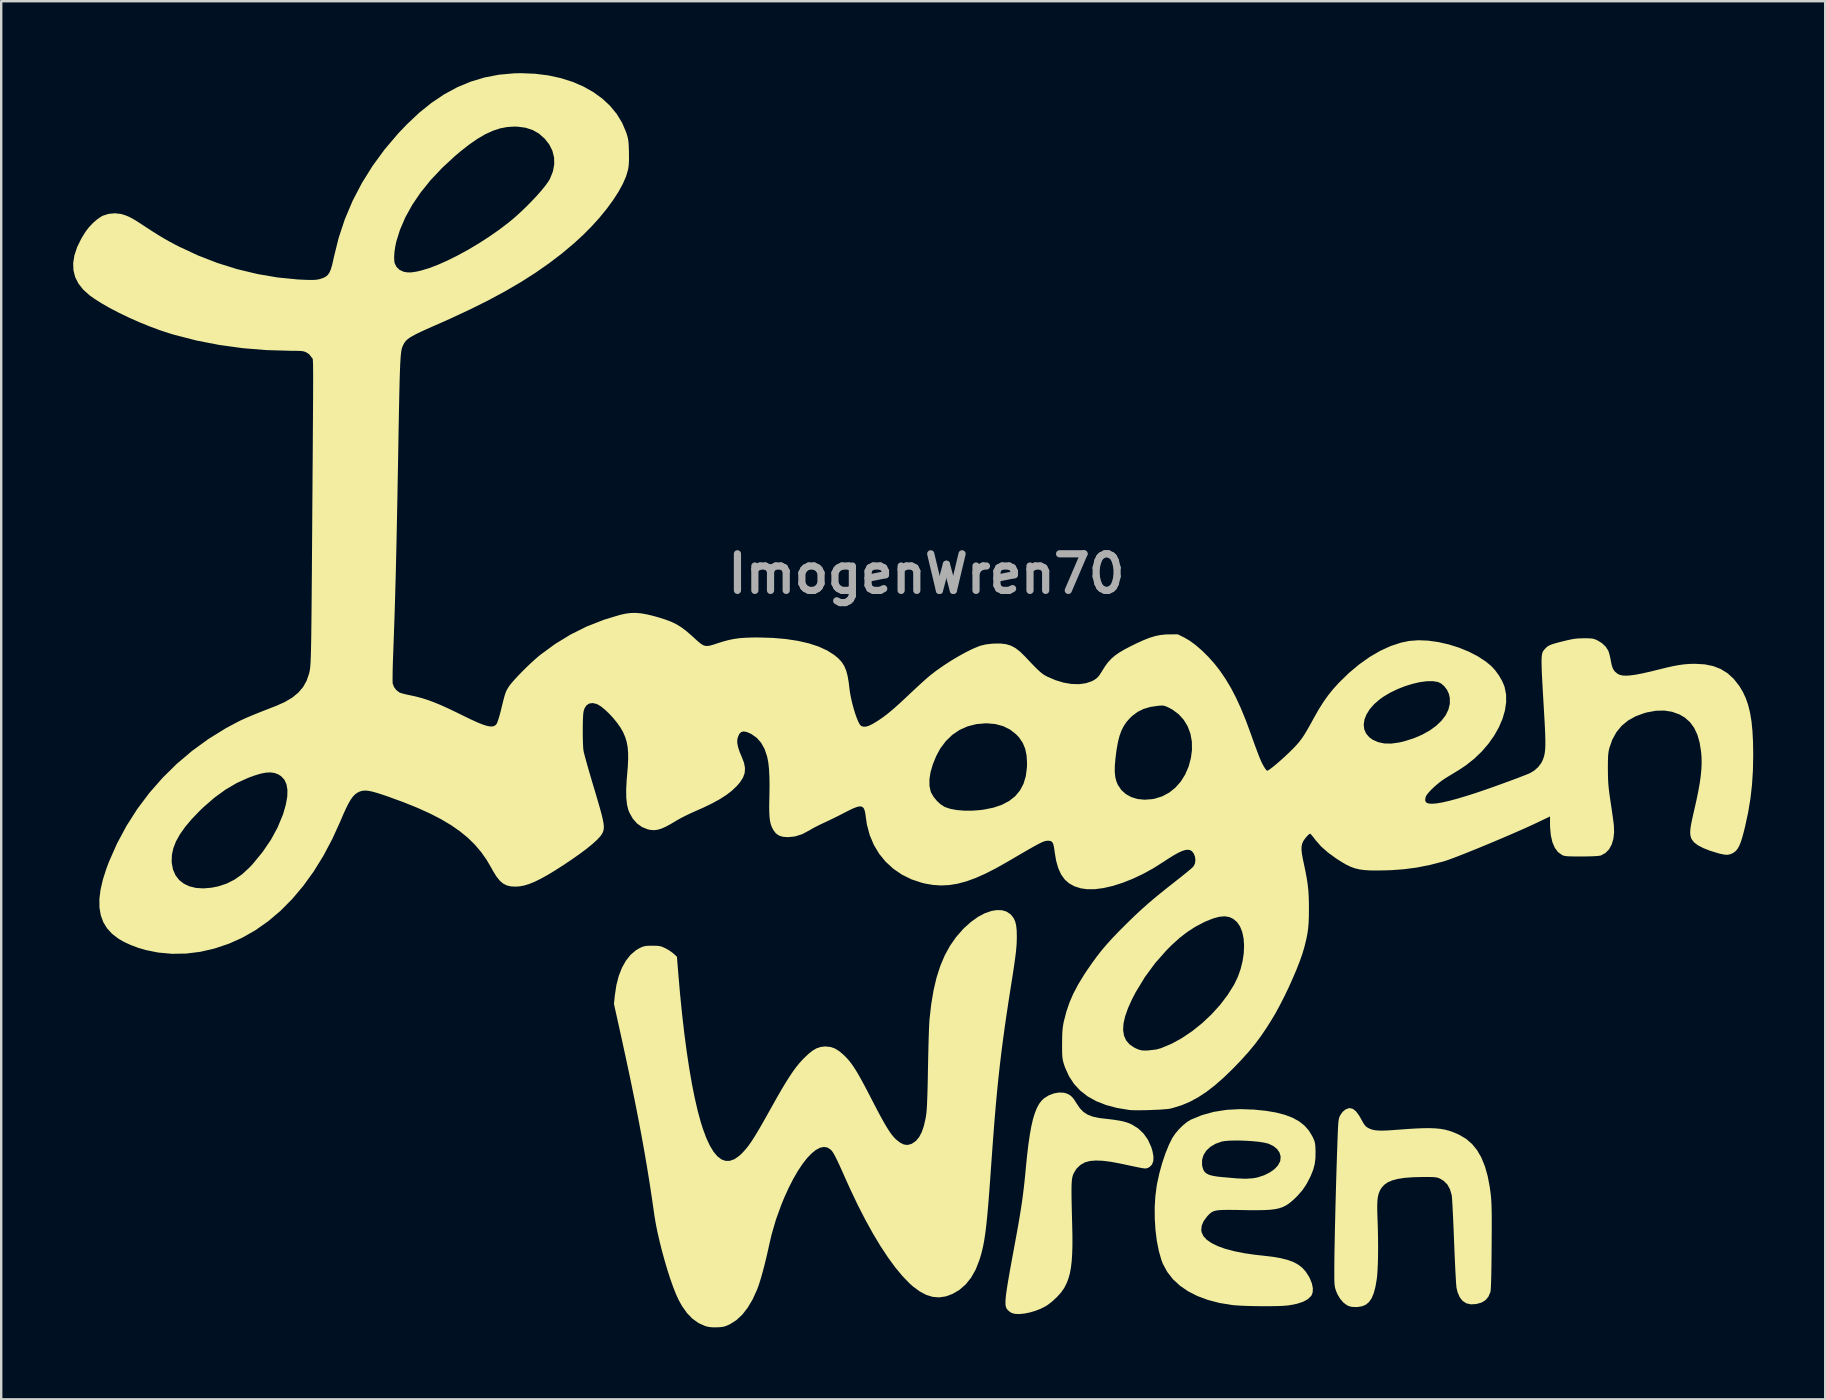
<source format=kicad_pcb>
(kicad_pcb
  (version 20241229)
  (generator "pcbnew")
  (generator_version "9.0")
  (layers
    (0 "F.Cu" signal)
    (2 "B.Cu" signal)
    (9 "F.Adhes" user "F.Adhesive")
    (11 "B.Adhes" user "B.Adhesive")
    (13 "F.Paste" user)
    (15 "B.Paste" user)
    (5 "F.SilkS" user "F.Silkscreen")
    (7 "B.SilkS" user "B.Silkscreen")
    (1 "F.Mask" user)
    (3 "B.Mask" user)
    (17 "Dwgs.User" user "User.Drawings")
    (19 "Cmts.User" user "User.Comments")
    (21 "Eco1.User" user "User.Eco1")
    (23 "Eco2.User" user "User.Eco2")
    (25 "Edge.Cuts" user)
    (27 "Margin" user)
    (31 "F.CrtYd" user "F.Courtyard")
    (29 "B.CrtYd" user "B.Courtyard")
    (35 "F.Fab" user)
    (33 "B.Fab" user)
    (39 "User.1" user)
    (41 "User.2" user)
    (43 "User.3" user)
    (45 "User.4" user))
  (footprint "ImogenWren70"
    (layer "F.Cu")
    (at 35 26.58)
    (property "Reference" "ImogenWren70" (at 0.557 -5.715 0) (layer "F.Fab") (effects (font (size 1.524 1.524) (thickness 0.3))))
    (attr board_only exclude_from_pos_files exclude_from_bom)
    (fp_poly (pts (xy 6.291 15.91) (xy 6.416 15.946) (xy 6.53 16.005) (xy 6.626 16.085) (xy 6.719 16.199) (xy 6.818 16.357) (xy 6.954 16.557) (xy 7.104 16.711) (xy 7.281 16.826) (xy 7.494 16.907) (xy 7.754 16.962) (xy 7.893 16.979) (xy 8.184 17.012) (xy 8.421 17.043) (xy 8.612 17.074) (xy 8.769 17.107) (xy 8.901 17.144) (xy 9.018 17.188) (xy 9.108 17.228) (xy 9.376 17.392) (xy 9.604 17.607) (xy 9.789 17.867) (xy 9.927 18.17) (xy 9.978 18.337) (xy 10.02 18.568) (xy 10.013 18.757) (xy 9.959 18.903) (xy 9.858 19.004) (xy 9.803 19.033) (xy 9.77 19.047) (xy 9.741 19.058) (xy 9.709 19.064) (xy 9.667 19.065) (xy 9.608 19.059) (xy 9.523 19.046) (xy 9.407 19.024) (xy 9.252 18.992) (xy 9.051 18.95) (xy 8.797 18.895) (xy 8.636 18.861) (xy 8.242 18.787) (xy 7.902 18.745) (xy 7.612 18.734) (xy 7.371 18.755) (xy 7.173 18.808) (xy 7.172 18.808) (xy 6.973 18.92) (xy 6.808 19.081) (xy 6.689 19.28) (xy 6.666 19.339) (xy 6.648 19.399) (xy 6.633 19.466) (xy 6.621 19.549) (xy 6.613 19.651) (xy 6.607 19.779) (xy 6.605 19.938) (xy 6.605 20.134) (xy 6.608 20.373) (xy 6.614 20.66) (xy 6.622 21.002) (xy 6.633 21.402) (xy 6.643 21.867) (xy 6.643 22.274) (xy 6.633 22.629) (xy 6.612 22.938) (xy 6.58 23.207) (xy 6.535 23.443) (xy 6.477 23.652) (xy 6.405 23.84) (xy 6.318 24.014) (xy 6.293 24.059) (xy 6.169 24.234) (xy 6.003 24.419) (xy 5.815 24.595) (xy 5.622 24.746) (xy 5.529 24.806) (xy 5.321 24.912) (xy 5.094 25.001) (xy 4.86 25.069) (xy 4.631 25.114) (xy 4.421 25.133) (xy 4.242 25.125) (xy 4.106 25.086) (xy 4.099 25.083) (xy 4.004 25.017) (xy 3.923 24.936) (xy 3.919 24.93) (xy 3.892 24.888) (xy 3.872 24.837) (xy 3.858 24.773) (xy 3.852 24.692) (xy 3.853 24.588) (xy 3.862 24.459) (xy 3.88 24.298) (xy 3.908 24.101) (xy 3.945 23.864) (xy 3.993 23.582) (xy 4.051 23.251) (xy 4.121 22.866) (xy 4.203 22.423) (xy 4.228 22.286) (xy 4.312 21.832) (xy 4.384 21.431) (xy 4.445 21.072) (xy 4.498 20.745) (xy 4.544 20.439) (xy 4.584 20.143) (xy 4.62 19.847) (xy 4.654 19.538) (xy 4.687 19.208) (xy 4.703 19.028) (xy 4.755 18.508) (xy 4.81 18.05) (xy 4.869 17.649) (xy 4.932 17.302) (xy 5.001 17.005) (xy 5.078 16.755) (xy 5.162 16.546) (xy 5.255 16.375) (xy 5.358 16.239) (xy 5.468 16.136) (xy 5.662 16.016) (xy 5.874 15.937) (xy 6.089 15.9)) (stroke (width 0) (type solid)) (fill yes) (layer "F.SilkS"))
    (fp_poly (pts (xy 14.221 16.613) (xy 14.224 16.614) (xy 14.708 16.663) (xy 15.132 16.735) (xy 15.502 16.832) (xy 15.82 16.953) (xy 16.089 17.102) (xy 16.314 17.279) (xy 16.497 17.487) (xy 16.642 17.726) (xy 16.643 17.729) (xy 16.697 17.842) (xy 16.733 17.934) (xy 16.754 18.024) (xy 16.766 18.134) (xy 16.773 18.284) (xy 16.775 18.335) (xy 16.772 18.625) (xy 16.741 18.878) (xy 16.677 19.121) (xy 16.573 19.379) (xy 16.554 19.419) (xy 16.402 19.712) (xy 16.236 19.961) (xy 16.039 20.189) (xy 15.924 20.304) (xy 15.789 20.427) (xy 15.662 20.529) (xy 15.535 20.611) (xy 15.4 20.677) (xy 15.251 20.727) (xy 15.079 20.763) (xy 14.877 20.787) (xy 14.637 20.8) (xy 14.352 20.805) (xy 14.013 20.804) (xy 13.776 20.8) (xy 13.456 20.794) (xy 13.194 20.792) (xy 12.982 20.793) (xy 12.814 20.799) (xy 12.682 20.811) (xy 12.578 20.832) (xy 12.496 20.861) (xy 12.427 20.901) (xy 12.365 20.952) (xy 12.301 21.016) (xy 12.258 21.063) (xy 12.116 21.253) (xy 12.033 21.442) (xy 12.012 21.627) (xy 12.028 21.729) (xy 12.105 21.89) (xy 12.244 22.039) (xy 12.444 22.177) (xy 12.702 22.303) (xy 13.017 22.416) (xy 13.386 22.514) (xy 13.807 22.598) (xy 14.278 22.666) (xy 14.568 22.697) (xy 14.969 22.744) (xy 15.312 22.802) (xy 15.603 22.874) (xy 15.847 22.963) (xy 16.051 23.073) (xy 16.223 23.206) (xy 16.366 23.366) (xy 16.489 23.555) (xy 16.54 23.651) (xy 16.624 23.862) (xy 16.663 24.058) (xy 16.656 24.228) (xy 16.603 24.365) (xy 16.594 24.377) (xy 16.456 24.511) (xy 16.257 24.62) (xy 15.997 24.706) (xy 15.677 24.767) (xy 15.601 24.777) (xy 15.449 24.789) (xy 15.244 24.799) (xy 15 24.804) (xy 14.729 24.806) (xy 14.444 24.805) (xy 14.159 24.801) (xy 13.886 24.793) (xy 13.639 24.783) (xy 13.43 24.769) (xy 13.299 24.757) (xy 12.773 24.671) (xy 12.291 24.546) (xy 11.853 24.383) (xy 11.463 24.184) (xy 11.122 23.95) (xy 10.833 23.682) (xy 10.597 23.381) (xy 10.417 23.049) (xy 10.355 22.89) (xy 10.246 22.513) (xy 10.162 22.09) (xy 10.105 21.635) (xy 10.075 21.163) (xy 10.072 20.688) (xy 10.099 20.226) (xy 10.155 19.79) (xy 10.172 19.697) (xy 10.268 19.259) (xy 10.362 18.919) (xy 12.046 18.919) (xy 12.055 18.974) (xy 12.09 19.097) (xy 12.143 19.195) (xy 12.222 19.27) (xy 12.334 19.328) (xy 12.487 19.371) (xy 12.69 19.405) (xy 12.949 19.432) (xy 12.979 19.434) (xy 13.147 19.448) (xy 13.303 19.462) (xy 13.427 19.473) (xy 13.503 19.479) (xy 13.869 19.495) (xy 14.193 19.471) (xy 14.368 19.436) (xy 14.632 19.349) (xy 14.865 19.234) (xy 15.058 19.098) (xy 15.204 18.945) (xy 15.294 18.782) (xy 15.306 18.743) (xy 15.321 18.572) (xy 15.276 18.409) (xy 15.176 18.261) (xy 15.026 18.136) (xy 14.832 18.041) (xy 14.776 18.023) (xy 14.618 17.986) (xy 14.413 17.955) (xy 14.176 17.931) (xy 13.92 17.913) (xy 13.66 17.903) (xy 13.409 17.901) (xy 13.182 17.907) (xy 12.993 17.922) (xy 12.865 17.945) (xy 12.607 18.037) (xy 12.392 18.164) (xy 12.224 18.321) (xy 12.108 18.503) (xy 12.047 18.704) (xy 12.046 18.919) (xy 10.362 18.919) (xy 10.386 18.833) (xy 10.521 18.433) (xy 10.668 18.074) (xy 10.805 17.798) (xy 10.924 17.62) (xy 11.077 17.438) (xy 11.25 17.267) (xy 11.426 17.125) (xy 11.585 17.029) (xy 12.046 16.841) (xy 12.538 16.706) (xy 13.063 16.623) (xy 13.623 16.592)) (stroke (width 0) (type solid)) (fill yes) (layer "F.SilkS"))
    (fp_poly (pts (xy 18.333 16.584) (xy 18.457 16.682) (xy 18.581 16.845) (xy 18.667 16.993) (xy 18.749 17.143) (xy 18.815 17.246) (xy 18.877 17.316) (xy 18.948 17.367) (xy 19.028 17.407) (xy 19.129 17.445) (xy 19.244 17.471) (xy 19.381 17.485) (xy 19.55 17.489) (xy 19.761 17.482) (xy 20.024 17.465) (xy 20.14 17.456) (xy 20.564 17.424) (xy 20.931 17.401) (xy 21.247 17.388) (xy 21.521 17.385) (xy 21.759 17.394) (xy 21.97 17.414) (xy 22.159 17.446) (xy 22.336 17.492) (xy 22.507 17.551) (xy 22.68 17.624) (xy 22.778 17.671) (xy 23.056 17.836) (xy 23.299 18.047) (xy 23.509 18.305) (xy 23.686 18.614) (xy 23.833 18.974) (xy 23.95 19.388) (xy 24.039 19.859) (xy 24.074 20.122) (xy 24.086 20.238) (xy 24.096 20.358) (xy 24.104 20.491) (xy 24.11 20.642) (xy 24.114 20.817) (xy 24.117 21.025) (xy 24.118 21.271) (xy 24.118 21.562) (xy 24.116 21.904) (xy 24.114 22.305) (xy 24.113 22.345) (xy 24.11 22.786) (xy 24.105 23.164) (xy 24.1 23.481) (xy 24.093 23.739) (xy 24.086 23.941) (xy 24.078 24.088) (xy 24.069 24.184) (xy 24.061 24.224) (xy 23.975 24.416) (xy 23.853 24.558) (xy 23.689 24.656) (xy 23.475 24.715) (xy 23.475 24.715) (xy 23.252 24.729) (xy 23.063 24.686) (xy 22.906 24.587) (xy 22.783 24.431) (xy 22.693 24.219) (xy 22.65 24.037) (xy 22.642 23.968) (xy 22.632 23.839) (xy 22.621 23.659) (xy 22.608 23.434) (xy 22.595 23.172) (xy 22.581 22.878) (xy 22.567 22.56) (xy 22.554 22.226) (xy 22.548 22.09) (xy 22.535 21.752) (xy 22.521 21.429) (xy 22.508 21.129) (xy 22.494 20.857) (xy 22.482 20.622) (xy 22.471 20.429) (xy 22.461 20.285) (xy 22.453 20.197) (xy 22.45 20.179) (xy 22.377 19.93) (xy 22.266 19.731) (xy 22.113 19.579) (xy 21.959 19.488) (xy 21.9 19.463) (xy 21.839 19.445) (xy 21.764 19.433) (xy 21.664 19.425) (xy 21.528 19.422) (xy 21.343 19.421) (xy 21.221 19.422) (xy 20.825 19.432) (xy 20.488 19.457) (xy 20.206 19.5) (xy 19.973 19.562) (xy 19.785 19.643) (xy 19.638 19.746) (xy 19.527 19.871) (xy 19.504 19.904) (xy 19.447 20.009) (xy 19.404 20.121) (xy 19.373 20.25) (xy 19.354 20.405) (xy 19.346 20.597) (xy 19.347 20.833) (xy 19.356 21.125) (xy 19.357 21.139) (xy 19.371 21.546) (xy 19.379 21.946) (xy 19.382 22.332) (xy 19.38 22.693) (xy 19.372 23.022) (xy 19.359 23.31) (xy 19.342 23.548) (xy 19.326 23.679) (xy 19.27 24.004) (xy 19.199 24.268) (xy 19.112 24.476) (xy 19.003 24.633) (xy 18.871 24.743) (xy 18.712 24.81) (xy 18.522 24.84) (xy 18.449 24.842) (xy 18.293 24.834) (xy 18.169 24.804) (xy 18.088 24.767) (xy 17.938 24.656) (xy 17.799 24.495) (xy 17.683 24.298) (xy 17.625 24.155) (xy 17.602 24.085) (xy 17.585 24.018) (xy 17.573 23.945) (xy 17.564 23.855) (xy 17.559 23.738) (xy 17.557 23.586) (xy 17.557 23.389) (xy 17.558 23.137) (xy 17.558 23.106) (xy 17.561 22.803) (xy 17.566 22.444) (xy 17.574 22.035) (xy 17.583 21.586) (xy 17.595 21.104) (xy 17.607 20.599) (xy 17.621 20.078) (xy 17.636 19.55) (xy 17.652 19.022) (xy 17.669 18.504) (xy 17.679 18.218) (xy 17.69 17.905) (xy 17.699 17.651) (xy 17.708 17.447) (xy 17.716 17.288) (xy 17.725 17.166) (xy 17.735 17.074) (xy 17.746 17.005) (xy 17.76 16.951) (xy 17.777 16.906) (xy 17.797 16.863) (xy 17.799 16.858) (xy 17.899 16.71) (xy 18.025 16.606) (xy 18.164 16.555) (xy 18.211 16.551)) (stroke (width 0) (type solid)) (fill yes) (layer "F.SilkS"))
    (fp_poly (pts (xy 3.708 8.304) (xy 3.895 8.359) (xy 4.053 8.465) (xy 4.109 8.521) (xy 4.195 8.636) (xy 4.257 8.77) (xy 4.298 8.934) (xy 4.32 9.139) (xy 4.326 9.389) (xy 4.324 9.536) (xy 4.319 9.686) (xy 4.308 9.844) (xy 4.291 10.02) (xy 4.267 10.222) (xy 4.235 10.457) (xy 4.195 10.734) (xy 4.145 11.061) (xy 4.093 11.389) (xy 3.994 12.02) (xy 3.904 12.611) (xy 3.823 13.171) (xy 3.749 13.71) (xy 3.681 14.235) (xy 3.619 14.757) (xy 3.561 15.284) (xy 3.506 15.825) (xy 3.454 16.388) (xy 3.403 16.984) (xy 3.353 17.62) (xy 3.302 18.306) (xy 3.261 18.878) (xy 3.222 19.429) (xy 3.186 19.919) (xy 3.153 20.355) (xy 3.121 20.739) (xy 3.09 21.079) (xy 3.059 21.378) (xy 3.028 21.641) (xy 2.996 21.875) (xy 2.963 22.083) (xy 2.928 22.271) (xy 2.89 22.443) (xy 2.849 22.606) (xy 2.804 22.763) (xy 2.763 22.893) (xy 2.61 23.281) (xy 2.42 23.617) (xy 2.194 23.899) (xy 1.932 24.127) (xy 1.647 24.294) (xy 1.37 24.396) (xy 1.098 24.438) (xy 0.828 24.418) (xy 0.557 24.337) (xy 0.283 24.193) (xy 0.002 23.986) (xy -0.155 23.846) (xy -0.442 23.548) (xy -0.739 23.19) (xy -1.044 22.773) (xy -1.355 22.301) (xy -1.67 21.777) (xy -1.986 21.205) (xy -2.303 20.587) (xy -2.617 19.927) (xy -2.802 19.518) (xy -2.935 19.219) (xy -3.045 18.974) (xy -3.137 18.777) (xy -3.212 18.622) (xy -3.275 18.502) (xy -3.328 18.411) (xy -3.374 18.344) (xy -3.418 18.294) (xy -3.433 18.279) (xy -3.565 18.193) (xy -3.712 18.168) (xy -3.872 18.201) (xy -4.043 18.29) (xy -4.223 18.434) (xy -4.41 18.628) (xy -4.601 18.872) (xy -4.795 19.162) (xy -4.989 19.496) (xy -5.181 19.872) (xy -5.37 20.288) (xy -5.484 20.566) (xy -5.714 21.201) (xy -5.895 21.824) (xy -5.98 22.188) (xy -6.073 22.605) (xy -6.166 22.996) (xy -6.258 23.352) (xy -6.347 23.667) (xy -6.431 23.931) (xy -6.5 24.117) (xy -6.684 24.521) (xy -6.889 24.867) (xy -7.114 25.156) (xy -7.358 25.384) (xy -7.619 25.55) (xy -7.626 25.554) (xy -7.755 25.614) (xy -7.86 25.652) (xy -7.966 25.673) (xy -8.1 25.683) (xy -8.173 25.686) (xy -8.36 25.686) (xy -8.508 25.671) (xy -8.641 25.639) (xy -8.66 25.633) (xy -8.936 25.51) (xy -9.188 25.331) (xy -9.419 25.093) (xy -9.63 24.794) (xy -9.775 24.531) (xy -9.884 24.292) (xy -9.999 23.998) (xy -10.118 23.661) (xy -10.237 23.292) (xy -10.352 22.902) (xy -10.462 22.501) (xy -10.563 22.1) (xy -10.652 21.711) (xy -10.725 21.344) (xy -10.78 21.01) (xy -10.782 20.992) (xy -10.879 20.323) (xy -10.979 19.662) (xy -11.086 19.002) (xy -11.2 18.335) (xy -11.323 17.654) (xy -11.456 16.95) (xy -11.601 16.217) (xy -11.758 15.446) (xy -11.931 14.631) (xy -12.119 13.763) (xy -12.198 13.405) (xy -12.463 12.208) (xy -12.426 11.847) (xy -12.362 11.424) (xy -12.263 11.04) (xy -12.129 10.699) (xy -11.964 10.404) (xy -11.768 10.16) (xy -11.545 9.97) (xy -11.389 9.879) (xy -11.29 9.834) (xy -11.204 9.806) (xy -11.11 9.79) (xy -10.987 9.784) (xy -10.864 9.783) (xy -10.707 9.785) (xy -10.595 9.793) (xy -10.506 9.811) (xy -10.418 9.843) (xy -10.319 9.89) (xy -10.187 9.963) (xy -10.059 10.049) (xy -9.971 10.119) (xy -9.839 10.242) (xy -9.785 10.914) (xy -9.708 11.801) (xy -9.623 12.644) (xy -9.531 13.442) (xy -9.432 14.192) (xy -9.326 14.891) (xy -9.215 15.537) (xy -9.097 16.127) (xy -8.975 16.658) (xy -8.847 17.128) (xy -8.762 17.399) (xy -8.619 17.787) (xy -8.469 18.11) (xy -8.314 18.368) (xy -8.152 18.56) (xy -7.985 18.688) (xy -7.811 18.75) (xy -7.631 18.747) (xy -7.444 18.68) (xy -7.251 18.547) (xy -7.146 18.45) (xy -7.052 18.352) (xy -6.961 18.249) (xy -6.87 18.134) (xy -6.774 18.001) (xy -6.67 17.845) (xy -6.555 17.661) (xy -6.423 17.441) (xy -6.273 17.181) (xy -6.099 16.874) (xy -5.9 16.518) (xy -5.681 16.127) (xy -5.486 15.789) (xy -5.312 15.498) (xy -5.154 15.248) (xy -5.01 15.033) (xy -4.875 14.848) (xy -4.744 14.686) (xy -4.615 14.542) (xy -4.542 14.467) (xy -4.346 14.282) (xy -4.174 14.147) (xy -4.015 14.056) (xy -3.857 14.004) (xy -3.691 13.983) (xy -3.64 13.982) (xy -3.441 14.003) (xy -3.257 14.065) (xy -3.076 14.177) (xy -2.929 14.3) (xy -2.82 14.403) (xy -2.719 14.51) (xy -2.621 14.627) (xy -2.522 14.761) (xy -2.418 14.918) (xy -2.305 15.103) (xy -2.18 15.322) (xy -2.038 15.583) (xy -1.876 15.891) (xy -1.697 16.238) (xy -1.514 16.59) (xy -1.356 16.887) (xy -1.218 17.136) (xy -1.097 17.342) (xy -0.99 17.511) (xy -0.893 17.648) (xy -0.802 17.759) (xy -0.715 17.849) (xy -0.704 17.859) (xy -0.535 17.993) (xy -0.379 18.068) (xy -0.229 18.086) (xy -0.078 18.047) (xy -0.036 18.027) (xy 0.12 17.918) (xy 0.253 17.761) (xy 0.363 17.552) (xy 0.454 17.287) (xy 0.526 16.964) (xy 0.543 16.862) (xy 0.557 16.76) (xy 0.569 16.628) (xy 0.58 16.463) (xy 0.589 16.26) (xy 0.598 16.012) (xy 0.607 15.715) (xy 0.615 15.363) (xy 0.622 14.952) (xy 0.623 14.896) (xy 0.63 14.558) (xy 0.637 14.228) (xy 0.645 13.913) (xy 0.653 13.622) (xy 0.662 13.363) (xy 0.67 13.145) (xy 0.679 12.976) (xy 0.686 12.864) (xy 0.758 12.224) (xy 0.856 11.64) (xy 0.981 11.109) (xy 1.136 10.627) (xy 1.321 10.188) (xy 1.539 9.79) (xy 1.791 9.428) (xy 2.079 9.098) (xy 2.126 9.05) (xy 2.413 8.792) (xy 2.703 8.584) (xy 2.992 8.43) (xy 3.273 8.333) (xy 3.482 8.299)) (stroke (width 0) (type solid)) (fill yes) (layer "F.SilkS"))
    (fp_poly (pts (xy -15.746 -26.556) (xy -15.196 -26.487) (xy -14.675 -26.373) (xy -14.185 -26.218) (xy -13.732 -26.022) (xy -13.318 -25.788) (xy -12.946 -25.518) (xy -12.621 -25.214) (xy -12.345 -24.878) (xy -12.122 -24.511) (xy -11.96 -24.13) (xy -11.918 -24.001) (xy -11.888 -23.893) (xy -11.868 -23.789) (xy -11.854 -23.672) (xy -11.846 -23.525) (xy -11.84 -23.332) (xy -11.839 -23.302) (xy -11.836 -23.053) (xy -11.84 -22.855) (xy -11.854 -22.694) (xy -11.876 -22.558) (xy -11.959 -22.277) (xy -12.094 -21.968) (xy -12.276 -21.635) (xy -12.502 -21.286) (xy -12.766 -20.926) (xy -13.065 -20.56) (xy -13.395 -20.194) (xy -13.752 -19.835) (xy -14.12 -19.497) (xy -14.627 -19.07) (xy -15.165 -18.66) (xy -15.736 -18.261) (xy -16.346 -17.872) (xy -17.001 -17.49) (xy -17.703 -17.112) (xy -18.459 -16.735) (xy -19.274 -16.355) (xy -19.681 -16.174) (xy -20.015 -16.027) (xy -20.294 -15.903) (xy -20.524 -15.797) (xy -20.711 -15.706) (xy -20.859 -15.627) (xy -20.975 -15.557) (xy -21.065 -15.492) (xy -21.132 -15.429) (xy -21.184 -15.364) (xy -21.226 -15.294) (xy -21.264 -15.215) (xy -21.271 -15.199) (xy -21.288 -15.155) (xy -21.303 -15.105) (xy -21.317 -15.044) (xy -21.33 -14.969) (xy -21.341 -14.876) (xy -21.352 -14.762) (xy -21.361 -14.622) (xy -21.371 -14.454) (xy -21.379 -14.253) (xy -21.388 -14.016) (xy -21.396 -13.739) (xy -21.404 -13.419) (xy -21.412 -13.051) (xy -21.421 -12.633) (xy -21.43 -12.16) (xy -21.44 -11.63) (xy -21.45 -11.037) (xy -21.45 -11.012) (xy -21.464 -10.213) (xy -21.478 -9.474) (xy -21.49 -8.789) (xy -21.503 -8.155) (xy -21.515 -7.564) (xy -21.526 -7.013) (xy -21.538 -6.496) (xy -21.55 -6.006) (xy -21.561 -5.54) (xy -21.574 -5.092) (xy -21.586 -4.656) (xy -21.599 -4.228) (xy -21.613 -3.801) (xy -21.628 -3.371) (xy -21.644 -2.932) (xy -21.66 -2.479) (xy -21.668 -2.278) (xy -21.677 -2.02) (xy -21.684 -1.778) (xy -21.688 -1.562) (xy -21.69 -1.38) (xy -21.689 -1.242) (xy -21.686 -1.157) (xy -21.684 -1.14) (xy -21.63 -0.999) (xy -21.531 -0.868) (xy -21.407 -0.773) (xy -21.402 -0.771) (xy -21.334 -0.745) (xy -21.218 -0.713) (xy -21.074 -0.678) (xy -20.956 -0.654) (xy -20.705 -0.599) (xy -20.461 -0.534) (xy -20.213 -0.455) (xy -19.952 -0.358) (xy -19.669 -0.241) (xy -19.353 -0.098) (xy -18.997 0.073) (xy -18.78 0.18) (xy -18.462 0.335) (xy -18.195 0.458) (xy -17.975 0.549) (xy -17.795 0.61) (xy -17.651 0.642) (xy -17.538 0.647) (xy -17.451 0.625) (xy -17.385 0.577) (xy -17.354 0.539) (xy -17.322 0.471) (xy -17.281 0.353) (xy -17.235 0.202) (xy -17.189 0.031) (xy -17.177 -0.018) (xy -17.118 -0.261) (xy -17.071 -0.45) (xy -17.032 -0.596) (xy -16.998 -0.707) (xy -16.966 -0.795) (xy -16.932 -0.869) (xy -16.892 -0.939) (xy -16.845 -1.015) (xy -16.843 -1.018) (xy -16.764 -1.125) (xy -16.644 -1.265) (xy -16.493 -1.43) (xy -16.321 -1.609) (xy -16.136 -1.794) (xy -15.948 -1.974) (xy -15.766 -2.141) (xy -15.599 -2.285) (xy -15.535 -2.338) (xy -14.916 -2.791) (xy -14.272 -3.185) (xy -13.601 -3.519) (xy -12.898 -3.796) (xy -12.23 -4) (xy -11.996 -4.053) (xy -11.776 -4.083) (xy -11.556 -4.088) (xy -11.324 -4.067) (xy -11.066 -4.02) (xy -10.768 -3.946) (xy -10.599 -3.898) (xy -10.311 -3.807) (xy -10.068 -3.714) (xy -9.852 -3.609) (xy -9.649 -3.483) (xy -9.442 -3.327) (xy -9.217 -3.132) (xy -9.127 -3.049) (xy -8.969 -2.905) (xy -8.844 -2.803) (xy -8.738 -2.739) (xy -8.637 -2.71) (xy -8.526 -2.712) (xy -8.391 -2.742) (xy -8.219 -2.797) (xy -8.175 -2.812) (xy -7.915 -2.894) (xy -7.681 -2.957) (xy -7.455 -3.003) (xy -7.223 -3.035) (xy -6.968 -3.053) (xy -6.676 -3.062) (xy -6.44 -3.063) (xy -5.85 -3.046) (xy -5.301 -2.999) (xy -4.796 -2.922) (xy -4.338 -2.817) (xy -3.931 -2.683) (xy -3.578 -2.521) (xy -3.285 -2.335) (xy -3.112 -2.192) (xy -2.974 -2.042) (xy -2.867 -1.876) (xy -2.785 -1.682) (xy -2.724 -1.451) (xy -2.677 -1.171) (xy -2.656 -0.983) (xy -2.628 -0.775) (xy -2.586 -0.551) (xy -2.533 -0.321) (xy -2.472 -0.094) (xy -2.407 0.119) (xy -2.339 0.307) (xy -2.274 0.461) (xy -2.213 0.57) (xy -2.162 0.623) (xy -2.07 0.655) (xy -1.964 0.653) (xy -1.837 0.615) (xy -1.68 0.539) (xy -1.487 0.422) (xy -1.386 0.355) (xy -1.237 0.252) (xy -1.087 0.138) (xy -0.926 0.007) (xy -0.747 -0.147) (xy -0.544 -0.33) (xy -0.308 -0.549) (xy -0.114 -0.732) (xy 0.063 -0.898) (xy 0.241 -1.063) (xy 0.409 -1.216) (xy 0.557 -1.348) (xy 0.673 -1.448) (xy 0.704 -1.474) (xy 0.97 -1.68) (xy 1.265 -1.887) (xy 1.575 -2.089) (xy 1.89 -2.277) (xy 2.196 -2.445) (xy 2.483 -2.587) (xy 2.737 -2.694) (xy 2.819 -2.722) (xy 3.038 -2.775) (xy 3.312 -2.806) (xy 3.376 -2.809) (xy 3.648 -2.811) (xy 3.879 -2.783) (xy 4.084 -2.721) (xy 4.275 -2.618) (xy 4.466 -2.468) (xy 4.672 -2.265) (xy 4.687 -2.25) (xy 4.881 -2.043) (xy 5.039 -1.879) (xy 5.167 -1.75) (xy 5.273 -1.652) (xy 5.363 -1.576) (xy 5.444 -1.517) (xy 5.524 -1.469) (xy 5.592 -1.433) (xy 5.937 -1.284) (xy 6.278 -1.181) (xy 6.608 -1.125) (xy 6.92 -1.117) (xy 7.206 -1.156) (xy 7.458 -1.243) (xy 7.543 -1.289) (xy 7.63 -1.346) (xy 7.702 -1.411) (xy 7.772 -1.498) (xy 7.853 -1.621) (xy 7.901 -1.7) (xy 8.017 -1.883) (xy 8.136 -2.041) (xy 8.266 -2.18) (xy 8.415 -2.309) (xy 8.593 -2.434) (xy 8.808 -2.561) (xy 9.07 -2.698) (xy 9.317 -2.819) (xy 9.612 -2.953) (xy 9.867 -3.053) (xy 10.098 -3.123) (xy 10.318 -3.167) (xy 10.541 -3.189) (xy 10.67 -3.192) (xy 11.033 -3.195) (xy 11.31 -3.058) (xy 11.541 -2.922) (xy 11.792 -2.736) (xy 12.051 -2.51) (xy 12.31 -2.254) (xy 12.558 -1.976) (xy 12.785 -1.687) (xy 12.803 -1.662) (xy 13.035 -1.319) (xy 13.253 -0.954) (xy 13.459 -0.557) (xy 13.66 -0.121) (xy 13.859 0.363) (xy 14.041 0.852) (xy 14.153 1.165) (xy 14.246 1.423) (xy 14.324 1.633) (xy 14.388 1.803) (xy 14.441 1.938) (xy 14.487 2.048) (xy 14.528 2.138) (xy 14.566 2.216) (xy 14.603 2.284) (xy 14.665 2.385) (xy 14.72 2.459) (xy 14.757 2.491) (xy 14.759 2.491) (xy 14.81 2.469) (xy 14.899 2.408) (xy 15.019 2.315) (xy 15.164 2.195) (xy 15.323 2.056) (xy 15.491 1.905) (xy 15.659 1.747) (xy 15.736 1.671) (xy 15.878 1.529) (xy 15.999 1.4) (xy 16.105 1.275) (xy 16.205 1.143) (xy 16.304 0.995) (xy 16.411 0.819) (xy 16.532 0.607) (xy 16.556 0.564) (xy 18.782 0.564) (xy 18.804 0.76) (xy 18.881 0.939) (xy 19.012 1.094) (xy 19.153 1.196) (xy 19.385 1.3) (xy 19.645 1.354) (xy 19.935 1.359) (xy 20.262 1.313) (xy 20.477 1.262) (xy 20.868 1.138) (xy 21.222 0.987) (xy 21.535 0.812) (xy 21.803 0.617) (xy 22.024 0.406) (xy 22.195 0.182) (xy 22.311 -0.053) (xy 22.371 -0.294) (xy 22.371 -0.538) (xy 22.333 -0.709) (xy 22.254 -0.882) (xy 22.138 -1.034) (xy 22.001 -1.15) (xy 21.872 -1.21) (xy 21.656 -1.243) (xy 21.4 -1.239) (xy 21.114 -1.2) (xy 20.809 -1.129) (xy 20.494 -1.03) (xy 20.182 -0.907) (xy 19.882 -0.761) (xy 19.605 -0.596) (xy 19.458 -0.491) (xy 19.221 -0.288) (xy 19.035 -0.075) (xy 18.899 0.142) (xy 18.814 0.356) (xy 18.782 0.564) (xy 16.556 0.564) (xy 16.675 0.348) (xy 16.695 0.311) (xy 16.9 -0.052) (xy 17.098 -0.367) (xy 17.298 -0.65) (xy 17.512 -0.915) (xy 17.747 -1.175) (xy 18.164 -1.582) (xy 18.594 -1.941) (xy 19.031 -2.251) (xy 19.471 -2.507) (xy 19.909 -2.707) (xy 20.34 -2.849) (xy 20.681 -2.919) (xy 21.063 -2.948) (xy 21.472 -2.931) (xy 21.898 -2.871) (xy 22.329 -2.773) (xy 22.754 -2.639) (xy 23.159 -2.474) (xy 23.535 -2.28) (xy 23.869 -2.062) (xy 24.099 -1.872) (xy 24.263 -1.694) (xy 24.417 -1.481) (xy 24.549 -1.254) (xy 24.642 -1.038) (xy 24.653 -1.005) (xy 24.715 -0.695) (xy 24.719 -0.366) (xy 24.669 -0.024) (xy 24.567 0.326) (xy 24.417 0.677) (xy 24.221 1.025) (xy 23.983 1.363) (xy 23.705 1.686) (xy 23.391 1.988) (xy 23.044 2.264) (xy 22.764 2.45) (xy 22.6 2.55) (xy 22.413 2.664) (xy 22.239 2.77) (xy 22.199 2.794) (xy 22.045 2.897) (xy 21.884 3.022) (xy 21.726 3.158) (xy 21.584 3.294) (xy 21.468 3.421) (xy 21.391 3.526) (xy 21.372 3.564) (xy 21.347 3.661) (xy 21.348 3.749) (xy 21.349 3.751) (xy 21.392 3.816) (xy 21.484 3.855) (xy 21.625 3.867) (xy 21.817 3.852) (xy 22.062 3.811) (xy 22.361 3.742) (xy 22.715 3.646) (xy 23.126 3.522) (xy 23.441 3.421) (xy 23.656 3.349) (xy 23.904 3.264) (xy 24.173 3.169) (xy 24.454 3.068) (xy 24.734 2.966) (xy 25.003 2.867) (xy 25.249 2.774) (xy 25.462 2.692) (xy 25.63 2.625) (xy 25.701 2.595) (xy 25.887 2.486) (xy 26.053 2.339) (xy 26.18 2.171) (xy 26.201 2.132) (xy 26.246 2.036) (xy 26.282 1.939) (xy 26.311 1.836) (xy 26.332 1.718) (xy 26.346 1.58) (xy 26.352 1.416) (xy 26.352 1.217) (xy 26.346 0.978) (xy 26.334 0.692) (xy 26.316 0.352) (xy 26.299 0.066) (xy 26.272 -0.393) (xy 26.249 -0.79) (xy 26.23 -1.132) (xy 26.214 -1.422) (xy 26.203 -1.666) (xy 26.197 -1.868) (xy 26.194 -2.032) (xy 26.195 -2.165) (xy 26.201 -2.269) (xy 26.212 -2.351) (xy 26.226 -2.415) (xy 26.245 -2.465) (xy 26.269 -2.506) (xy 26.297 -2.544) (xy 26.326 -2.577) (xy 26.387 -2.641) (xy 26.45 -2.693) (xy 26.527 -2.737) (xy 26.629 -2.778) (xy 26.766 -2.821) (xy 26.949 -2.87) (xy 27.095 -2.907) (xy 27.305 -2.957) (xy 27.472 -2.992) (xy 27.616 -3.014) (xy 27.759 -3.025) (xy 27.92 -3.029) (xy 27.956 -3.03) (xy 28.126 -3.029) (xy 28.248 -3.024) (xy 28.34 -3.011) (xy 28.42 -2.987) (xy 28.505 -2.951) (xy 28.516 -2.946) (xy 28.708 -2.83) (xy 28.864 -2.683) (xy 28.971 -2.519) (xy 28.988 -2.479) (xy 29.018 -2.381) (xy 29.051 -2.245) (xy 29.081 -2.096) (xy 29.086 -2.066) (xy 29.125 -1.884) (xy 29.174 -1.751) (xy 29.244 -1.65) (xy 29.342 -1.565) (xy 29.365 -1.549) (xy 29.454 -1.505) (xy 29.568 -1.479) (xy 29.713 -1.471) (xy 29.894 -1.482) (xy 30.116 -1.513) (xy 30.384 -1.564) (xy 30.703 -1.635) (xy 31.079 -1.728) (xy 31.103 -1.734) (xy 31.423 -1.813) (xy 31.696 -1.873) (xy 31.933 -1.916) (xy 32.149 -1.945) (xy 32.357 -1.961) (xy 32.57 -1.966) (xy 32.597 -1.966) (xy 32.993 -1.943) (xy 33.347 -1.871) (xy 33.663 -1.748) (xy 33.946 -1.573) (xy 34.199 -1.342) (xy 34.426 -1.055) (xy 34.443 -1.031) (xy 34.586 -0.79) (xy 34.707 -0.53) (xy 34.806 -0.244) (xy 34.884 0.074) (xy 34.943 0.43) (xy 34.983 0.831) (xy 35.007 1.283) (xy 35.015 1.792) (xy 35.015 1.835) (xy 35.003 2.474) (xy 34.965 3.072) (xy 34.9 3.648) (xy 34.804 4.224) (xy 34.676 4.818) (xy 34.636 4.982) (xy 34.564 5.253) (xy 34.496 5.467) (xy 34.427 5.633) (xy 34.354 5.758) (xy 34.272 5.85) (xy 34.176 5.918) (xy 34.149 5.933) (xy 34.039 5.977) (xy 33.925 5.994) (xy 33.79 5.983) (xy 33.617 5.945) (xy 33.563 5.931) (xy 33.213 5.823) (xy 32.928 5.711) (xy 32.706 5.594) (xy 32.547 5.472) (xy 32.451 5.344) (xy 32.444 5.33) (xy 32.412 5.246) (xy 32.393 5.155) (xy 32.388 5.049) (xy 32.397 4.918) (xy 32.421 4.754) (xy 32.462 4.548) (xy 32.519 4.29) (xy 32.544 4.184) (xy 32.646 3.734) (xy 32.727 3.338) (xy 32.789 2.988) (xy 32.832 2.675) (xy 32.857 2.393) (xy 32.866 2.132) (xy 32.859 1.885) (xy 32.844 1.71) (xy 32.783 1.321) (xy 32.687 0.986) (xy 32.553 0.702) (xy 32.381 0.467) (xy 32.168 0.277) (xy 31.939 0.143) (xy 31.632 0.033) (xy 31.306 -0.018) (xy 30.958 -0.009) (xy 30.586 0.059) (xy 30.481 0.087) (xy 30.116 0.221) (xy 29.8 0.397) (xy 29.534 0.616) (xy 29.316 0.88) (xy 29.145 1.188) (xy 29.02 1.542) (xy 29.017 1.557) (xy 28.994 1.654) (xy 28.978 1.758) (xy 28.967 1.882) (xy 28.961 2.037) (xy 28.958 2.236) (xy 28.958 2.425) (xy 28.961 2.665) (xy 28.967 2.869) (xy 28.978 3.055) (xy 28.996 3.244) (xy 29.022 3.454) (xy 29.058 3.705) (xy 29.068 3.769) (xy 29.102 3.997) (xy 29.135 4.223) (xy 29.164 4.431) (xy 29.188 4.607) (xy 29.204 4.736) (xy 29.206 4.752) (xy 29.218 5.054) (xy 29.188 5.327) (xy 29.117 5.564) (xy 29.009 5.762) (xy 28.865 5.912) (xy 28.689 6.012) (xy 28.647 6.026) (xy 28.567 6.039) (xy 28.429 6.05) (xy 28.242 6.058) (xy 28.014 6.062) (xy 27.845 6.063) (xy 27.612 6.063) (xy 27.435 6.06) (xy 27.304 6.056) (xy 27.209 6.048) (xy 27.139 6.036) (xy 27.086 6.019) (xy 27.046 6.001) (xy 26.879 5.879) (xy 26.746 5.702) (xy 26.647 5.47) (xy 26.581 5.185) (xy 26.55 4.848) (xy 26.547 4.702) (xy 26.547 4.396) (xy 26.033 4.642) (xy 25.798 4.752) (xy 25.526 4.876) (xy 25.224 5.009) (xy 24.902 5.15) (xy 24.564 5.295) (xy 24.22 5.44) (xy 23.877 5.584) (xy 23.541 5.722) (xy 23.221 5.852) (xy 22.923 5.971) (xy 22.655 6.075) (xy 22.425 6.162) (xy 22.24 6.228) (xy 22.107 6.27) (xy 22.106 6.271) (xy 21.546 6.416) (xy 21.012 6.522) (xy 20.481 6.593) (xy 19.931 6.634) (xy 19.681 6.642) (xy 19.343 6.648) (xy 19.059 6.645) (xy 18.818 6.631) (xy 18.609 6.603) (xy 18.42 6.558) (xy 18.242 6.494) (xy 18.061 6.407) (xy 17.869 6.296) (xy 17.652 6.158) (xy 17.633 6.145) (xy 17.295 5.9) (xy 17.014 5.652) (xy 16.782 5.39) (xy 16.744 5.34) (xy 16.665 5.237) (xy 16.599 5.159) (xy 16.557 5.117) (xy 16.549 5.113) (xy 16.503 5.138) (xy 16.435 5.202) (xy 16.359 5.289) (xy 16.29 5.383) (xy 16.253 5.447) (xy 16.213 5.544) (xy 16.192 5.652) (xy 16.19 5.783) (xy 16.207 5.947) (xy 16.243 6.154) (xy 16.283 6.342) (xy 16.353 6.674) (xy 16.407 6.961) (xy 16.447 7.22) (xy 16.474 7.467) (xy 16.49 7.722) (xy 16.498 8) (xy 16.5 8.243) (xy 16.497 8.551) (xy 16.487 8.811) (xy 16.469 9.041) (xy 16.44 9.258) (xy 16.397 9.48) (xy 16.339 9.724) (xy 16.304 9.859) (xy 16.223 10.131) (xy 16.111 10.446) (xy 15.974 10.794) (xy 15.817 11.162) (xy 15.647 11.539) (xy 15.467 11.913) (xy 15.282 12.273) (xy 15.1 12.607) (xy 14.987 12.798) (xy 14.741 13.193) (xy 14.5 13.549) (xy 14.252 13.882) (xy 13.984 14.206) (xy 13.686 14.538) (xy 13.346 14.892) (xy 12.953 15.273) (xy 12.581 15.6) (xy 12.225 15.875) (xy 11.877 16.103) (xy 11.533 16.288) (xy 11.184 16.434) (xy 10.826 16.545) (xy 10.717 16.572) (xy 10.622 16.587) (xy 10.474 16.6) (xy 10.287 16.613) (xy 10.074 16.623) (xy 9.849 16.632) (xy 9.623 16.638) (xy 9.412 16.64) (xy 9.227 16.639) (xy 9.082 16.634) (xy 9.013 16.628) (xy 8.5 16.543) (xy 8.04 16.421) (xy 7.632 16.26) (xy 7.275 16.06) (xy 6.968 15.821) (xy 6.71 15.542) (xy 6.5 15.221) (xy 6.336 14.858) (xy 6.287 14.716) (xy 6.26 14.621) (xy 6.24 14.533) (xy 6.226 14.439) (xy 6.218 14.325) (xy 6.214 14.178) (xy 6.212 13.986) (xy 6.213 13.863) (xy 6.215 13.623) (xy 6.221 13.432) (xy 6.23 13.299) (xy 8.756 13.299) (xy 8.793 13.532) (xy 8.882 13.73) (xy 9.025 13.895) (xy 9.22 14.028) (xy 9.328 14.08) (xy 9.432 14.12) (xy 9.523 14.143) (xy 9.625 14.151) (xy 9.76 14.149) (xy 9.816 14.146) (xy 10.143 14.106) (xy 10.34 14.051) (xy 10.773 13.87) (xy 11.207 13.632) (xy 11.634 13.344) (xy 12.047 13.013) (xy 12.435 12.648) (xy 12.792 12.256) (xy 13.107 11.843) (xy 13.373 11.419) (xy 13.391 11.385) (xy 13.54 11.073) (xy 13.655 10.747) (xy 13.736 10.416) (xy 13.784 10.088) (xy 13.797 9.772) (xy 13.776 9.476) (xy 13.72 9.209) (xy 13.628 8.98) (xy 13.501 8.796) (xy 13.493 8.788) (xy 13.344 8.663) (xy 13.177 8.586) (xy 12.986 8.557) (xy 12.766 8.576) (xy 12.513 8.644) (xy 12.223 8.759) (xy 12.102 8.815) (xy 11.756 8.999) (xy 11.43 9.209) (xy 11.113 9.454) (xy 10.791 9.745) (xy 10.568 9.968) (xy 10.089 10.51) (xy 9.66 11.094) (xy 9.284 11.713) (xy 9.131 12.006) (xy 8.959 12.386) (xy 8.839 12.728) (xy 8.771 13.032) (xy 8.756 13.299) (xy 6.23 13.299) (xy 6.231 13.276) (xy 6.248 13.139) (xy 6.271 13.006) (xy 6.286 12.935) (xy 6.389 12.537) (xy 6.517 12.159) (xy 6.678 11.786) (xy 6.877 11.407) (xy 7.12 11.007) (xy 7.241 10.824) (xy 7.452 10.518) (xy 7.652 10.243) (xy 7.854 9.985) (xy 8.066 9.734) (xy 8.301 9.475) (xy 8.567 9.197) (xy 8.807 8.956) (xy 9.068 8.699) (xy 9.311 8.466) (xy 9.547 8.248) (xy 9.786 8.036) (xy 10.038 7.821) (xy 10.313 7.595) (xy 10.622 7.347) (xy 10.958 7.083) (xy 11.141 6.939) (xy 11.31 6.803) (xy 11.458 6.682) (xy 11.576 6.583) (xy 11.656 6.512) (xy 11.685 6.482) (xy 11.747 6.366) (xy 11.768 6.226) (xy 11.753 6.081) (xy 11.704 5.949) (xy 11.626 5.846) (xy 11.553 5.801) (xy 11.46 5.783) (xy 11.349 5.793) (xy 11.214 5.836) (xy 11.048 5.912) (xy 10.848 6.025) (xy 10.606 6.176) (xy 10.441 6.285) (xy 10.013 6.556) (xy 9.581 6.793) (xy 9.151 6.996) (xy 8.729 7.163) (xy 8.322 7.292) (xy 7.936 7.38) (xy 7.577 7.427) (xy 7.251 7.428) (xy 6.988 7.39) (xy 6.726 7.306) (xy 6.504 7.183) (xy 6.319 7.018) (xy 6.169 6.808) (xy 6.051 6.547) (xy 5.963 6.234) (xy 5.901 5.864) (xy 5.899 5.841) (xy 5.873 5.663) (xy 5.843 5.54) (xy 5.801 5.463) (xy 5.742 5.422) (xy 5.661 5.408) (xy 5.636 5.408) (xy 5.589 5.409) (xy 5.541 5.415) (xy 5.488 5.427) (xy 5.425 5.449) (xy 5.347 5.483) (xy 5.248 5.532) (xy 5.123 5.599) (xy 4.967 5.685) (xy 4.775 5.795) (xy 4.543 5.929) (xy 4.264 6.092) (xy 3.934 6.286) (xy 3.933 6.286) (xy 3.451 6.558) (xy 3.008 6.784) (xy 2.598 6.965) (xy 2.216 7.103) (xy 1.855 7.199) (xy 1.51 7.255) (xy 1.174 7.271) (xy 0.842 7.251) (xy 0.509 7.194) (xy 0.379 7.163) (xy -0.058 7.019) (xy -0.459 6.822) (xy -0.82 6.576) (xy -1.138 6.285) (xy -1.411 5.951) (xy -1.634 5.579) (xy -1.805 5.171) (xy -1.922 4.732) (xy -1.963 4.455) (xy -1.987 4.275) (xy -2.018 4.137) (xy -2.062 4.043) (xy -2.125 3.989) (xy -2.214 3.975) (xy -2.335 3.999) (xy -2.495 4.06) (xy -2.699 4.158) (xy -2.905 4.264) (xy -3.102 4.365) (xy -3.322 4.474) (xy -3.537 4.578) (xy -3.722 4.664) (xy -3.724 4.665) (xy -3.895 4.746) (xy -4.066 4.832) (xy -4.217 4.914) (xy -4.32 4.975) (xy -4.619 5.135) (xy -4.92 5.229) (xy -5.211 5.259) (xy -5.421 5.243) (xy -5.584 5.193) (xy -5.713 5.103) (xy -5.818 4.965) (xy -5.831 4.942) (xy -5.885 4.836) (xy -5.927 4.722) (xy -5.958 4.591) (xy -5.978 4.434) (xy -5.99 4.243) (xy -5.994 4.008) (xy -5.99 3.722) (xy -5.986 3.556) (xy -5.979 3.116) (xy -5.983 2.846) (xy 0.684 2.846) (xy 0.685 3.114) (xy 0.733 3.345) (xy 0.762 3.416) (xy 0.863 3.587) (xy 1.001 3.753) (xy 1.158 3.896) (xy 1.316 3.997) (xy 1.334 4.005) (xy 1.555 4.078) (xy 1.825 4.129) (xy 2.132 4.154) (xy 2.462 4.155) (xy 2.804 4.13) (xy 2.945 4.111) (xy 3.353 4.029) (xy 3.708 3.908) (xy 4.01 3.749) (xy 4.26 3.55) (xy 4.458 3.312) (xy 4.605 3.034) (xy 4.701 2.715) (xy 4.725 2.525) (xy 8.407 2.525) (xy 8.427 2.739) (xy 8.472 2.925) (xy 8.537 3.08) (xy 8.681 3.293) (xy 8.87 3.464) (xy 9.098 3.59) (xy 9.36 3.669) (xy 9.65 3.698) (xy 9.962 3.675) (xy 10.078 3.654) (xy 10.392 3.555) (xy 10.679 3.4) (xy 10.936 3.194) (xy 11.159 2.941) (xy 11.343 2.647) (xy 11.485 2.317) (xy 11.582 1.956) (xy 11.625 1.626) (xy 11.621 1.275) (xy 11.56 0.945) (xy 11.447 0.641) (xy 11.283 0.37) (xy 11.072 0.136) (xy 10.818 -0.054) (xy 10.7 -0.118) (xy 10.575 -0.178) (xy 10.485 -0.212) (xy 10.404 -0.226) (xy 10.309 -0.224) (xy 10.222 -0.217) (xy 9.892 -0.169) (xy 9.61 -0.086) (xy 9.364 0.035) (xy 9.141 0.201) (xy 9.045 0.292) (xy 8.902 0.452) (xy 8.784 0.625) (xy 8.686 0.818) (xy 8.605 1.04) (xy 8.539 1.302) (xy 8.484 1.611) (xy 8.438 1.964) (xy 8.411 2.27) (xy 8.407 2.525) (xy 4.725 2.525) (xy 4.747 2.354) (xy 4.752 2.182) (xy 4.733 1.854) (xy 4.673 1.571) (xy 4.571 1.325) (xy 4.421 1.105) (xy 4.294 0.97) (xy 4.042 0.773) (xy 3.755 0.631) (xy 3.435 0.545) (xy 3.078 0.514) (xy 3.032 0.514) (xy 2.641 0.547) (xy 2.277 0.64) (xy 1.941 0.79) (xy 1.636 0.996) (xy 1.367 1.256) (xy 1.135 1.566) (xy 0.967 1.877) (xy 0.826 2.223) (xy 0.732 2.548) (xy 0.684 2.846) (xy -5.983 2.846) (xy -5.985 2.737) (xy -6.002 2.413) (xy -6.032 2.141) (xy -6.076 1.917) (xy -6.081 1.895) (xy -6.186 1.585) (xy -6.328 1.328) (xy -6.508 1.123) (xy -6.728 0.966) (xy -6.746 0.956) (xy -6.92 0.878) (xy -7.059 0.852) (xy -7.165 0.88) (xy -7.245 0.964) (xy -7.303 1.107) (xy -7.322 1.185) (xy -7.326 1.319) (xy -7.293 1.497) (xy -7.225 1.709) (xy -7.138 1.915) (xy -7.043 2.161) (xy -7.002 2.38) (xy -7.015 2.582) (xy -7.086 2.778) (xy -7.215 2.978) (xy -7.347 3.131) (xy -7.541 3.316) (xy -7.772 3.495) (xy -8.046 3.671) (xy -8.369 3.849) (xy -8.747 4.032) (xy -9.062 4.171) (xy -9.259 4.259) (xy -9.462 4.356) (xy -9.651 4.452) (xy -9.806 4.537) (xy -9.849 4.563) (xy -10.101 4.713) (xy -10.311 4.826) (xy -10.49 4.904) (xy -10.646 4.95) (xy -10.789 4.967) (xy -10.929 4.958) (xy -11.051 4.934) (xy -11.29 4.839) (xy -11.501 4.689) (xy -11.679 4.486) (xy -11.819 4.236) (xy -11.866 4.119) (xy -11.92 3.898) (xy -11.95 3.617) (xy -11.954 3.276) (xy -11.933 2.874) (xy -11.917 2.683) (xy -11.886 2.316) (xy -11.872 2.003) (xy -11.874 1.734) (xy -11.894 1.5) (xy -11.933 1.291) (xy -11.991 1.097) (xy -12.071 0.909) (xy -12.09 0.869) (xy -12.197 0.684) (xy -12.335 0.489) (xy -12.495 0.293) (xy -12.666 0.108) (xy -12.838 -0.055) (xy -13.001 -0.187) (xy -13.146 -0.275) (xy -13.186 -0.293) (xy -13.355 -0.331) (xy -13.499 -0.309) (xy -13.614 -0.23) (xy -13.696 -0.096) (xy -13.732 0.03) (xy -13.744 0.135) (xy -13.754 0.291) (xy -13.76 0.485) (xy -13.763 0.702) (xy -13.764 0.928) (xy -13.761 1.15) (xy -13.755 1.353) (xy -13.746 1.524) (xy -13.734 1.649) (xy -13.731 1.663) (xy -13.715 1.738) (xy -13.681 1.869) (xy -13.633 2.046) (xy -13.573 2.263) (xy -13.502 2.51) (xy -13.423 2.781) (xy -13.338 3.068) (xy -13.302 3.187) (xy -13.193 3.554) (xy -13.102 3.864) (xy -13.028 4.124) (xy -12.971 4.339) (xy -12.93 4.515) (xy -12.902 4.658) (xy -12.888 4.773) (xy -12.885 4.868) (xy -12.894 4.946) (xy -12.912 5.016) (xy -12.939 5.081) (xy -12.944 5.093) (xy -13.025 5.215) (xy -13.162 5.364) (xy -13.353 5.538) (xy -13.594 5.735) (xy -13.884 5.952) (xy -14.219 6.188) (xy -14.535 6.4) (xy -14.904 6.637) (xy -15.229 6.834) (xy -15.516 6.993) (xy -15.77 7.118) (xy -15.998 7.21) (xy -16.204 7.273) (xy -16.396 7.309) (xy -16.567 7.32) (xy -16.765 7.309) (xy -16.934 7.268) (xy -17.084 7.191) (xy -17.222 7.072) (xy -17.356 6.905) (xy -17.494 6.684) (xy -17.567 6.551) (xy -17.771 6.202) (xy -18.001 5.876) (xy -18.26 5.572) (xy -18.552 5.285) (xy -18.882 5.015) (xy -19.253 4.757) (xy -19.668 4.51) (xy -20.133 4.271) (xy -20.65 4.037) (xy -21.224 3.806) (xy -21.858 3.574) (xy -22.048 3.509) (xy -22.306 3.424) (xy -22.514 3.365) (xy -22.681 3.329) (xy -22.818 3.316) (xy -22.934 3.324) (xy -23.039 3.351) (xy -23.056 3.357) (xy -23.157 3.405) (xy -23.25 3.473) (xy -23.34 3.565) (xy -23.431 3.69) (xy -23.526 3.852) (xy -23.629 4.058) (xy -23.746 4.315) (xy -23.862 4.588) (xy -24.203 5.338) (xy -24.575 6.039) (xy -24.978 6.69) (xy -25.411 7.289) (xy -25.871 7.835) (xy -26.359 8.327) (xy -26.871 8.761) (xy -27.407 9.138) (xy -27.966 9.455) (xy -28.509 9.698) (xy -29.107 9.899) (xy -29.704 10.037) (xy -30.298 10.11) (xy -30.885 10.12) (xy -31.464 10.066) (xy -31.97 9.964) (xy -32.293 9.869) (xy -32.607 9.751) (xy -32.893 9.618) (xy -33.118 9.488) (xy -33.38 9.286) (xy -33.589 9.057) (xy -33.746 8.799) (xy -33.851 8.511) (xy -33.905 8.191) (xy -33.908 7.837) (xy -33.86 7.448) (xy -33.761 7.02) (xy -33.611 6.554) (xy -33.512 6.293) (xy -33.504 6.274) (xy -30.896 6.274) (xy -30.892 6.339) (xy -30.839 6.613) (xy -30.735 6.848) (xy -30.584 7.044) (xy -30.388 7.198) (xy -30.152 7.309) (xy -29.878 7.375) (xy -29.571 7.394) (xy -29.233 7.365) (xy -28.946 7.307) (xy -28.599 7.192) (xy -28.272 7.026) (xy -27.958 6.804) (xy -27.652 6.522) (xy -27.512 6.372) (xy -27.103 5.873) (xy -26.759 5.367) (xy -26.48 4.853) (xy -26.264 4.33) (xy -26.239 4.257) (xy -26.135 3.891) (xy -26.078 3.568) (xy -26.071 3.289) (xy -26.111 3.053) (xy -26.2 2.862) (xy -26.338 2.715) (xy -26.454 2.642) (xy -26.606 2.585) (xy -26.774 2.56) (xy -26.965 2.569) (xy -27.187 2.612) (xy -27.449 2.691) (xy -27.706 2.786) (xy -28.185 3.003) (xy -28.653 3.278) (xy -29.114 3.613) (xy -29.571 4.01) (xy -29.729 4.162) (xy -30.062 4.509) (xy -30.336 4.835) (xy -30.554 5.144) (xy -30.717 5.438) (xy -30.827 5.722) (xy -30.886 5.999) (xy -30.896 6.274) (xy -33.504 6.274) (xy -33.174 5.526) (xy -32.779 4.79) (xy -32.33 4.087) (xy -31.829 3.419) (xy -31.279 2.791) (xy -30.682 2.203) (xy -30.042 1.661) (xy -29.361 1.166) (xy -28.642 0.721) (xy -28.125 0.445) (xy -28.007 0.387) (xy -27.883 0.33) (xy -27.745 0.268) (xy -27.585 0.201) (xy -27.395 0.123) (xy -27.168 0.032) (xy -26.896 -0.075) (xy -26.57 -0.202) (xy -26.547 -0.21) (xy -26.179 -0.374) (xy -25.87 -0.557) (xy -25.619 -0.763) (xy -25.42 -0.996) (xy -25.272 -1.259) (xy -25.17 -1.556) (xy -25.152 -1.631) (xy -25.143 -1.677) (xy -25.134 -1.73) (xy -25.126 -1.791) (xy -25.119 -1.865) (xy -25.112 -1.953) (xy -25.106 -2.06) (xy -25.101 -2.187) (xy -25.095 -2.338) (xy -25.09 -2.517) (xy -25.086 -2.725) (xy -25.081 -2.967) (xy -25.077 -3.244) (xy -25.073 -3.561) (xy -25.069 -3.92) (xy -25.065 -4.325) (xy -25.061 -4.777) (xy -25.057 -5.281) (xy -25.052 -5.839) (xy -25.048 -6.455) (xy -25.043 -7.131) (xy -25.039 -7.653) (xy -25.034 -8.451) (xy -25.028 -9.186) (xy -25.024 -9.86) (xy -25.019 -10.477) (xy -25.015 -11.039) (xy -25.012 -11.548) (xy -25.009 -12.007) (xy -25.006 -12.419) (xy -25.004 -12.787) (xy -25.002 -13.112) (xy -25.001 -13.398) (xy -25 -13.646) (xy -25 -13.861) (xy -25 -14.043) (xy -25.001 -14.197) (xy -25.002 -14.324) (xy -25.004 -14.427) (xy -25.006 -14.509) (xy -25.009 -14.573) (xy -25.012 -14.62) (xy -25.016 -14.653) (xy -25.02 -14.676) (xy -25.025 -14.691) (xy -25.031 -14.7) (xy -25.037 -14.705) (xy -25.044 -14.711) (xy -25.051 -14.718) (xy -25.059 -14.731) (xy -25.059 -14.731) (xy -25.165 -14.864) (xy -25.268 -14.936) (xy -25.327 -14.964) (xy -25.386 -14.984) (xy -25.457 -14.998) (xy -25.554 -15.006) (xy -25.687 -15.009) (xy -25.871 -15.011) (xy -25.938 -15.011) (xy -26.94 -15.039) (xy -27.933 -15.12) (xy -28.908 -15.254) (xy -29.857 -15.438) (xy -30.772 -15.673) (xy -30.985 -15.737) (xy -31.397 -15.872) (xy -31.824 -16.031) (xy -32.256 -16.207) (xy -32.682 -16.397) (xy -33.094 -16.595) (xy -33.479 -16.796) (xy -33.828 -16.996) (xy -34.131 -17.189) (xy -34.319 -17.324) (xy -34.58 -17.558) (xy -34.779 -17.81) (xy -34.916 -18.078) (xy -34.989 -18.365) (xy -35 -18.669) (xy -34.948 -18.992) (xy -34.834 -19.334) (xy -34.657 -19.694) (xy -34.491 -19.965) (xy -34.347 -20.155) (xy -34.177 -20.335) (xy -33.997 -20.492) (xy -33.823 -20.61) (xy -33.761 -20.641) (xy -33.524 -20.717) (xy -33.267 -20.742) (xy -33.014 -20.714) (xy -32.953 -20.698) (xy -32.83 -20.659) (xy -32.712 -20.612) (xy -32.588 -20.551) (xy -32.446 -20.471) (xy -32.274 -20.364) (xy -32.062 -20.226) (xy -32.053 -20.22) (xy -31.749 -20.021) (xy -31.481 -19.852) (xy -31.236 -19.704) (xy -30.998 -19.568) (xy -30.751 -19.436) (xy -30.594 -19.355) (xy -29.808 -18.988) (xy -28.996 -18.673) (xy -28.166 -18.413) (xy -27.327 -18.211) (xy -26.485 -18.067) (xy -25.648 -17.984) (xy -25.416 -17.972) (xy -25.204 -17.965) (xy -25.044 -17.963) (xy -24.922 -17.967) (xy -24.825 -17.978) (xy -24.739 -17.996) (xy -24.706 -18.005) (xy -24.574 -18.049) (xy -24.47 -18.103) (xy -24.386 -18.175) (xy -24.319 -18.274) (xy -24.261 -18.409) (xy -24.208 -18.589) (xy -24.155 -18.822) (xy -24.136 -18.911) (xy -24.136 -18.913) (xy -21.624 -18.913) (xy -21.617 -18.742) (xy -21.603 -18.663) (xy -21.528 -18.509) (xy -21.402 -18.387) (xy -21.234 -18.307) (xy -21.215 -18.302) (xy -21.07 -18.278) (xy -20.905 -18.279) (xy -20.705 -18.308) (xy -20.499 -18.355) (xy -20.164 -18.456) (xy -19.791 -18.599) (xy -19.389 -18.778) (xy -18.967 -18.989) (xy -18.533 -19.226) (xy -18.097 -19.486) (xy -17.668 -19.763) (xy -17.253 -20.052) (xy -16.862 -20.349) (xy -16.83 -20.375) (xy -16.602 -20.566) (xy -16.366 -20.778) (xy -16.13 -21.004) (xy -15.901 -21.235) (xy -15.686 -21.464) (xy -15.493 -21.682) (xy -15.33 -21.882) (xy -15.203 -22.057) (xy -15.128 -22.183) (xy -15.008 -22.484) (xy -14.952 -22.781) (xy -14.959 -23.071) (xy -15.03 -23.351) (xy -15.164 -23.615) (xy -15.355 -23.857) (xy -15.589 -24.062) (xy -15.851 -24.211) (xy -16.145 -24.307) (xy -16.476 -24.351) (xy -16.617 -24.355) (xy -16.914 -24.336) (xy -17.211 -24.279) (xy -17.511 -24.18) (xy -17.821 -24.038) (xy -18.146 -23.849) (xy -18.49 -23.611) (xy -18.86 -23.321) (xy -19.101 -23.117) (xy -19.632 -22.625) (xy -20.105 -22.122) (xy -20.518 -21.611) (xy -20.869 -21.094) (xy -21.158 -20.571) (xy -21.384 -20.045) (xy -21.532 -19.57) (xy -21.58 -19.343) (xy -21.612 -19.118) (xy -21.624 -18.913) (xy -24.136 -18.913) (xy -23.936 -19.718) (xy -23.676 -20.502) (xy -23.354 -21.262) (xy -22.97 -21.999) (xy -22.526 -22.712) (xy -22.021 -23.402) (xy -21.456 -24.067) (xy -21.097 -24.444) (xy -20.584 -24.928) (xy -20.063 -25.347) (xy -19.532 -25.703) (xy -18.988 -25.997) (xy -18.429 -26.229) (xy -17.853 -26.402) (xy -17.256 -26.517) (xy -16.637 -26.573) (xy -16.322 -26.58)) (stroke (width 0) (type solid)) (fill yes) (layer "F.SilkS")))
  (gr_rect
    (start -3 -3)
    (end 73.015 55.266)
    (stroke (width 0.1) (type default))
    (fill no)
    (layer "Edge.Cuts")))
</source>
